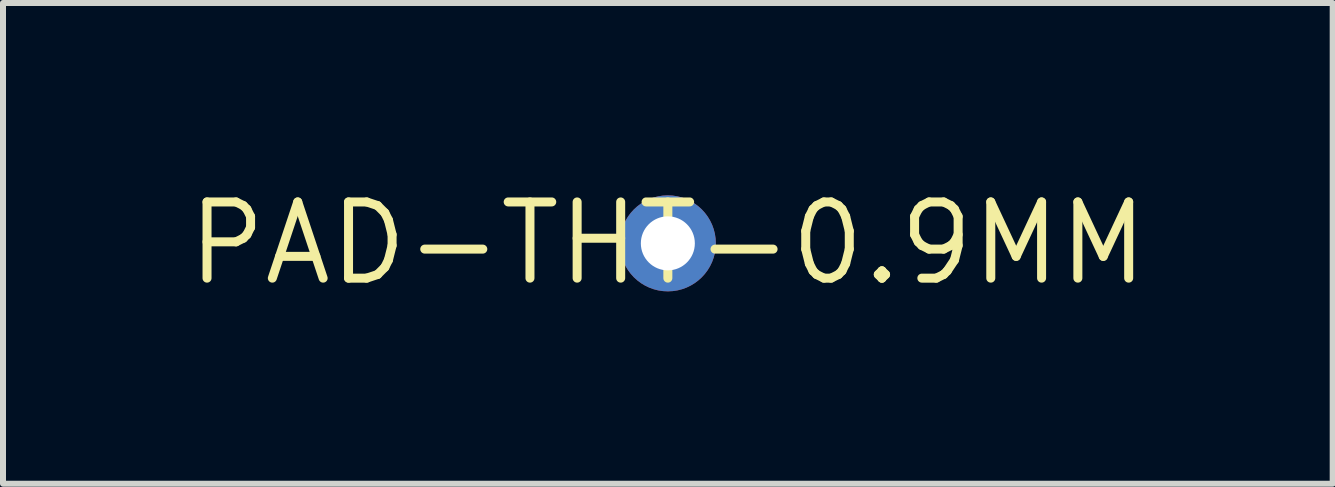
<source format=kicad_pcb>
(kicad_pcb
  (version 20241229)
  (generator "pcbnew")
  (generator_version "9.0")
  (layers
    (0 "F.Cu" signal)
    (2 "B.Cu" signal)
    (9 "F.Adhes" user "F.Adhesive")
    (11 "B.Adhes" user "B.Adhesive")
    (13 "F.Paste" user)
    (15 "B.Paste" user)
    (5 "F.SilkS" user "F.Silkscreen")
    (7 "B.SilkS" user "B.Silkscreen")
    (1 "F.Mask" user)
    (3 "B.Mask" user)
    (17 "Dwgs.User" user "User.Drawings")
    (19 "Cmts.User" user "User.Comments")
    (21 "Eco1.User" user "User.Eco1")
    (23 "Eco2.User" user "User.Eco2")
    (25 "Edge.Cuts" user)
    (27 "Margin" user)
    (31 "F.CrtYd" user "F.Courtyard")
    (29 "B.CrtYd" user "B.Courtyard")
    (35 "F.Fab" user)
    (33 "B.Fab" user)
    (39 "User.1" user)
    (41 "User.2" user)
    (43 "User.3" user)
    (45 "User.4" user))
  (footprint "PAD-THT-0.9MM"
    (layer "F.Cu")
    (at 8.081 1.006)
    (property "Reference" "PAD-THT-0.9MM" (at 0 0 0) (unlocked yes) (layer "F.SilkS") (effects (font (size 1.27 1.27) (thickness 0.15))))
    (pad "0" thru_hole circle (at 0 0) (size 1.6 1.6) (drill 0.9) (layers "*.Cu" "*.Mask")))
  (gr_rect
    (start -3 -3)
    (end 19.162 5.012)
    (stroke (width 0.1) (type default))
    (fill no)
    (layer "Edge.Cuts")))
</source>
